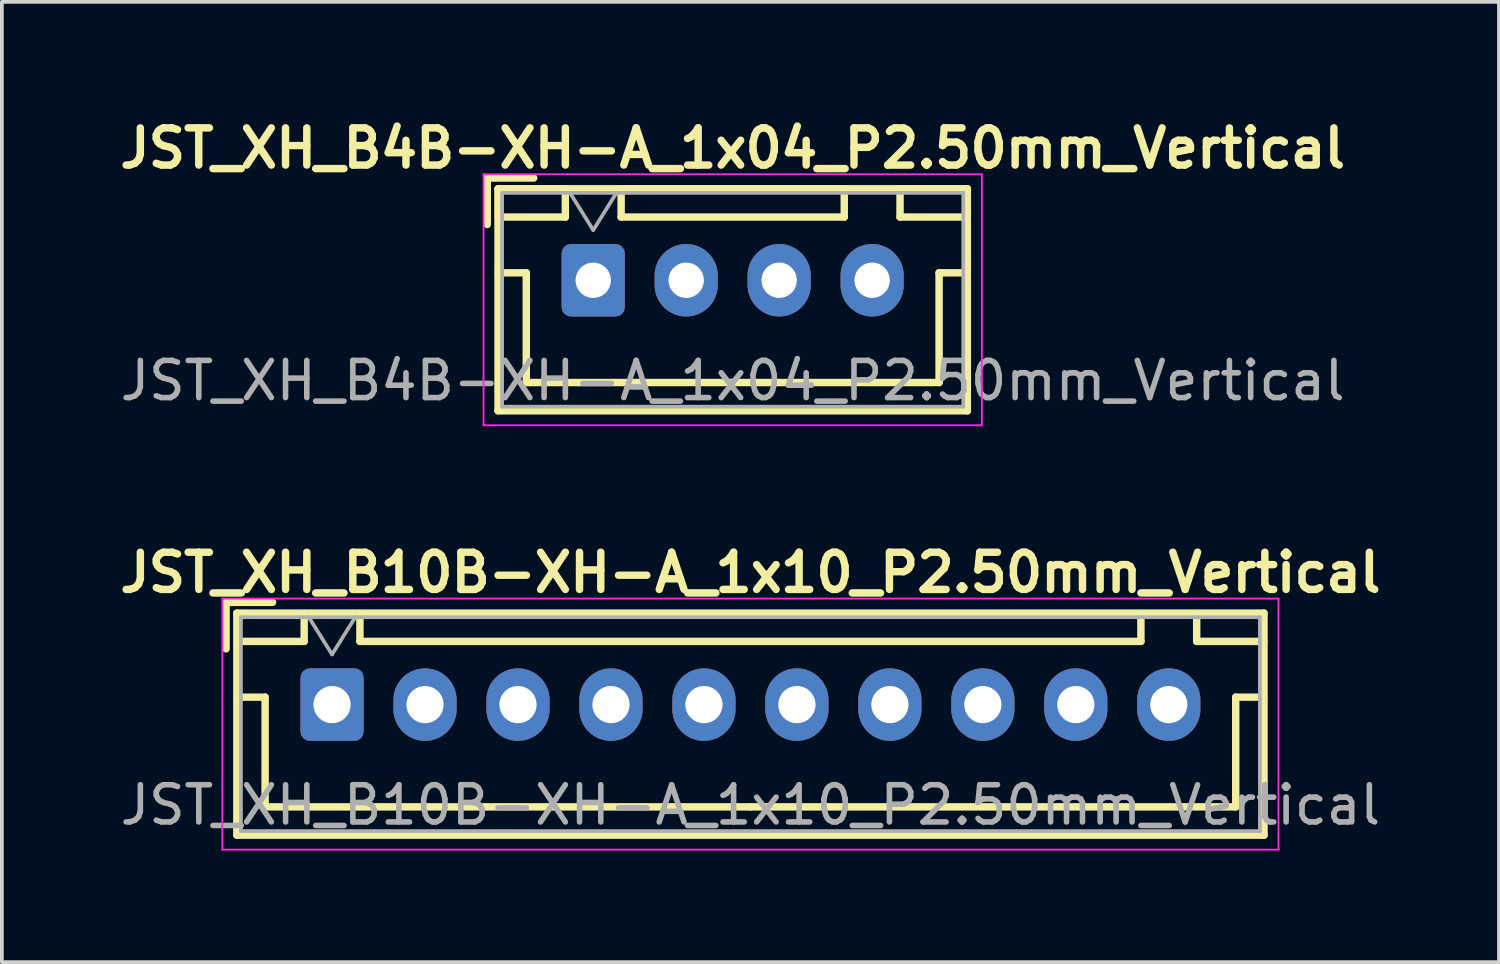
<source format=kicad_pcb>
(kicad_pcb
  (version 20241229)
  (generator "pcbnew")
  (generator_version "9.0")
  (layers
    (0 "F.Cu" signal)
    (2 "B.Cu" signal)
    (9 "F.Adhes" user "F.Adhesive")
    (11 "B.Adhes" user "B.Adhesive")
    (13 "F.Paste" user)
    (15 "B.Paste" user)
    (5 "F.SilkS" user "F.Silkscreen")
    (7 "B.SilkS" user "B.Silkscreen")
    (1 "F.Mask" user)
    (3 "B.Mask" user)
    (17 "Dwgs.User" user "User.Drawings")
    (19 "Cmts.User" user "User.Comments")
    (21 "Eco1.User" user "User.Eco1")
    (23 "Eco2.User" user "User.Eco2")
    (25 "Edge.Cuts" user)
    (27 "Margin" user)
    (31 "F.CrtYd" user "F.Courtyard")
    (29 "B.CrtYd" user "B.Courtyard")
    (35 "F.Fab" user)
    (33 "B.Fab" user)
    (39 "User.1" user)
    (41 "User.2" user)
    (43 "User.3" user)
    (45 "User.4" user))
  (footprint "JST_XH_B10B-XH-A_1x10_P2.50mm_Vertical"
    (layer "F.Cu")
    (at 5.879 15.897)
    (property "Reference" "JST_XH_B10B-XH-A_1x10_P2.50mm_Vertical" (at 11.25 -3.55 0) (layer "F.SilkS") (effects (font (size 1 1) (thickness 0.2))))
    (attr through_hole)
    (fp_line (start -2.85 -2.75) (end -2.85 -1.5) (stroke (width 0.2) (type solid)) (layer "F.SilkS"))
    (fp_line (start -2.56 -2.46) (end -2.56 3.51) (stroke (width 0.2) (type solid)) (layer "F.SilkS"))
    (fp_line (start -2.56 3.51) (end 25.06 3.51) (stroke (width 0.2) (type solid)) (layer "F.SilkS"))
    (fp_line (start -2.55 -2.45) (end -2.55 -1.7) (stroke (width 0.12) (type solid)) (layer "F.SilkS"))
    (fp_line (start -2.55 -1.7) (end -0.75 -1.7) (stroke (width 0.2) (type solid)) (layer "F.SilkS"))
    (fp_line (start -2.55 -0.2) (end -1.8 -0.2) (stroke (width 0.2) (type solid)) (layer "F.SilkS"))
    (fp_line (start -1.8 -0.2) (end -1.8 2.75) (stroke (width 0.2) (type solid)) (layer "F.SilkS"))
    (fp_line (start -1.8 2.75) (end 11.25 2.75) (stroke (width 0.2) (type solid)) (layer "F.SilkS"))
    (fp_line (start -1.6 -2.75) (end -2.85 -2.75) (stroke (width 0.2) (type solid)) (layer "F.SilkS"))
    (fp_line (start -0.75 -2.45) (end -2.55 -2.45) (stroke (width 0.12) (type solid)) (layer "F.SilkS"))
    (fp_line (start -0.75 -1.7) (end -0.75 -2.45) (stroke (width 0.2) (type solid)) (layer "F.SilkS"))
    (fp_line (start 0.75 -2.45) (end 0.75 -1.7) (stroke (width 0.2) (type solid)) (layer "F.SilkS"))
    (fp_line (start 0.75 -1.7) (end 21.75 -1.7) (stroke (width 0.2) (type solid)) (layer "F.SilkS"))
    (fp_line (start 21.75 -2.45) (end 0.75 -2.45) (stroke (width 0.12) (type solid)) (layer "F.SilkS"))
    (fp_line (start 21.75 -1.7) (end 21.75 -2.45) (stroke (width 0.2) (type solid)) (layer "F.SilkS"))
    (fp_line (start 23.25 -2.45) (end 23.25 -1.7) (stroke (width 0.2) (type solid)) (layer "F.SilkS"))
    (fp_line (start 23.25 -1.7) (end 25.05 -1.7) (stroke (width 0.2) (type solid)) (layer "F.SilkS"))
    (fp_line (start 24.3 -0.2) (end 24.3 2.75) (stroke (width 0.2) (type solid)) (layer "F.SilkS"))
    (fp_line (start 24.3 2.75) (end 11.25 2.75) (stroke (width 0.2) (type solid)) (layer "F.SilkS"))
    (fp_line (start 25.05 -2.45) (end 23.25 -2.45) (stroke (width 0.12) (type solid)) (layer "F.SilkS"))
    (fp_line (start 25.05 -1.7) (end 25.05 -2.45) (stroke (width 0.12) (type solid)) (layer "F.SilkS"))
    (fp_line (start 25.05 -0.2) (end 24.3 -0.2) (stroke (width 0.2) (type solid)) (layer "F.SilkS"))
    (fp_line (start 25.06 -2.46) (end -2.56 -2.46) (stroke (width 0.2) (type solid)) (layer "F.SilkS"))
    (fp_line (start 25.06 3.51) (end 25.06 -2.46) (stroke (width 0.2) (type solid)) (layer "F.SilkS"))
    (fp_line (start -2.95 -2.85) (end -2.95 3.9) (stroke (width 0.05) (type solid)) (layer "F.CrtYd"))
    (fp_line (start -2.95 3.9) (end 25.45 3.9) (stroke (width 0.05) (type solid)) (layer "F.CrtYd"))
    (fp_line (start 25.45 -2.85) (end -2.95 -2.85) (stroke (width 0.05) (type solid)) (layer "F.CrtYd"))
    (fp_line (start 25.45 3.9) (end 25.45 -2.85) (stroke (width 0.05) (type solid)) (layer "F.CrtYd"))
    (fp_line (start -2.45 -2.35) (end -2.45 3.4) (stroke (width 0.1) (type solid)) (layer "F.Fab"))
    (fp_line (start -2.45 3.4) (end 24.95 3.4) (stroke (width 0.1) (type solid)) (layer "F.Fab"))
    (fp_line (start -0.625 -2.35) (end 0 -1.35) (stroke (width 0.1) (type solid)) (layer "F.Fab"))
    (fp_line (start 0 -1.35) (end 0.625 -2.35) (stroke (width 0.1) (type solid)) (layer "F.Fab"))
    (fp_line (start 24.95 -2.35) (end -2.45 -2.35) (stroke (width 0.1) (type solid)) (layer "F.Fab"))
    (fp_line (start 24.95 3.4) (end 24.95 -2.35) (stroke (width 0.1) (type solid)) (layer "F.Fab"))
    (fp_text user "${REFERENCE}" (at 11.25 2.7 0) (layer "F.Fab") (effects (font (size 1 1) (thickness 0.15))))
    (pad "1" thru_hole roundrect (at 0 0) (size 1.7 1.95) (drill 1) (layers "*.Cu" "*.Mask") (roundrect_rratio 0.147))
    (pad "2" thru_hole oval (at 2.5 0) (size 1.7 1.95) (drill 1) (layers "*.Cu" "*.Mask"))
    (pad "3" thru_hole oval (at 5 0) (size 1.7 1.95) (drill 1) (layers "*.Cu" "*.Mask"))
    (pad "4" thru_hole oval (at 7.5 0) (size 1.7 1.95) (drill 1) (layers "*.Cu" "*.Mask"))
    (pad "5" thru_hole oval (at 10 0) (size 1.7 1.95) (drill 1) (layers "*.Cu" "*.Mask"))
    (pad "6" thru_hole oval (at 12.5 0) (size 1.7 1.95) (drill 1) (layers "*.Cu" "*.Mask"))
    (pad "7" thru_hole oval (at 15 0) (size 1.7 1.95) (drill 1) (layers "*.Cu" "*.Mask"))
    (pad "8" thru_hole oval (at 17.5 0) (size 1.7 1.95) (drill 1) (layers "*.Cu" "*.Mask"))
    (pad "9" thru_hole oval (at 20 0) (size 1.7 1.95) (drill 1) (layers "*.Cu" "*.Mask"))
    (pad "10" thru_hole oval (at 22.5 0) (size 1.7 1.95) (drill 1) (layers "*.Cu" "*.Mask")))
  (footprint "JST_XH_B4B-XH-A_1x04_P2.50mm_Vertical"
    (layer "F.Cu")
    (at 12.902 4.486)
    (property "Reference" "JST_XH_B4B-XH-A_1x04_P2.50mm_Vertical" (at 3.75 -3.55 0) (layer "F.SilkS") (effects (font (size 1 1) (thickness 0.2) (bold yes))))
    (attr through_hole)
    (fp_line (start -2.85 -2.75) (end -2.85 -1.5) (stroke (width 0.2) (type solid)) (layer "F.SilkS"))
    (fp_line (start -2.56 -2.46) (end -2.56 3.51) (stroke (width 0.2) (type solid)) (layer "F.SilkS"))
    (fp_line (start -2.56 3.51) (end 10.06 3.51) (stroke (width 0.2) (type solid)) (layer "F.SilkS"))
    (fp_line (start -2.55 -2.45) (end -2.55 -1.7) (stroke (width 0.2) (type solid)) (layer "F.SilkS"))
    (fp_line (start -2.55 -1.7) (end -0.75 -1.7) (stroke (width 0.2) (type solid)) (layer "F.SilkS"))
    (fp_line (start -2.55 -0.2) (end -1.8 -0.2) (stroke (width 0.2) (type solid)) (layer "F.SilkS"))
    (fp_line (start -1.8 -0.2) (end -1.8 2.75) (stroke (width 0.2) (type solid)) (layer "F.SilkS"))
    (fp_line (start -1.8 2.75) (end 3.75 2.75) (stroke (width 0.2) (type solid)) (layer "F.SilkS"))
    (fp_line (start -1.6 -2.75) (end -2.85 -2.75) (stroke (width 0.2) (type solid)) (layer "F.SilkS"))
    (fp_line (start -0.75 -2.45) (end -2.55 -2.45) (stroke (width 0.2) (type solid)) (layer "F.SilkS"))
    (fp_line (start -0.75 -1.7) (end -0.75 -2.45) (stroke (width 0.2) (type solid)) (layer "F.SilkS"))
    (fp_line (start 0.75 -2.45) (end 0.75 -1.7) (stroke (width 0.2) (type solid)) (layer "F.SilkS"))
    (fp_line (start 0.75 -1.7) (end 6.75 -1.7) (stroke (width 0.2) (type solid)) (layer "F.SilkS"))
    (fp_line (start 6.75 -2.45) (end 0.75 -2.45) (stroke (width 0.2) (type solid)) (layer "F.SilkS"))
    (fp_line (start 6.75 -1.7) (end 6.75 -2.45) (stroke (width 0.2) (type solid)) (layer "F.SilkS"))
    (fp_line (start 8.25 -2.45) (end 8.25 -1.7) (stroke (width 0.2) (type solid)) (layer "F.SilkS"))
    (fp_line (start 8.25 -1.7) (end 10.05 -1.7) (stroke (width 0.2) (type solid)) (layer "F.SilkS"))
    (fp_line (start 9.3 -0.2) (end 9.3 2.75) (stroke (width 0.2) (type solid)) (layer "F.SilkS"))
    (fp_line (start 9.3 2.75) (end 3.75 2.75) (stroke (width 0.2) (type solid)) (layer "F.SilkS"))
    (fp_line (start 10.05 -2.45) (end 8.25 -2.45) (stroke (width 0.2) (type solid)) (layer "F.SilkS"))
    (fp_line (start 10.05 -1.7) (end 10.05 -2.45) (stroke (width 0.2) (type solid)) (layer "F.SilkS"))
    (fp_line (start 10.05 -0.2) (end 9.3 -0.2) (stroke (width 0.2) (type solid)) (layer "F.SilkS"))
    (fp_line (start 10.06 -2.46) (end -2.56 -2.46) (stroke (width 0.2) (type solid)) (layer "F.SilkS"))
    (fp_line (start 10.06 3.51) (end 10.06 -2.46) (stroke (width 0.2) (type solid)) (layer "F.SilkS"))
    (fp_line (start -2.95 -2.85) (end -2.95 3.9) (stroke (width 0.05) (type solid)) (layer "F.CrtYd"))
    (fp_line (start -2.95 3.9) (end 10.45 3.9) (stroke (width 0.05) (type solid)) (layer "F.CrtYd"))
    (fp_line (start 10.45 -2.85) (end -2.95 -2.85) (stroke (width 0.05) (type solid)) (layer "F.CrtYd"))
    (fp_line (start 10.45 3.9) (end 10.45 -2.85) (stroke (width 0.05) (type solid)) (layer "F.CrtYd"))
    (fp_line (start -2.45 -2.35) (end -2.45 3.4) (stroke (width 0.1) (type solid)) (layer "F.Fab"))
    (fp_line (start -2.45 3.4) (end 9.95 3.4) (stroke (width 0.1) (type solid)) (layer "F.Fab"))
    (fp_line (start -0.625 -2.35) (end 0 -1.35) (stroke (width 0.1) (type solid)) (layer "F.Fab"))
    (fp_line (start 0 -1.35) (end 0.625 -2.35) (stroke (width 0.1) (type solid)) (layer "F.Fab"))
    (fp_line (start 9.95 -2.35) (end -2.45 -2.35) (stroke (width 0.1) (type solid)) (layer "F.Fab"))
    (fp_line (start 9.95 3.4) (end 9.95 -2.35) (stroke (width 0.1) (type solid)) (layer "F.Fab"))
    (fp_text user "${REFERENCE}" (at 3.75 2.7 0) (layer "F.Fab") (effects (font (size 1 1) (thickness 0.15))))
    (pad "1" thru_hole roundrect (at 0 0) (size 1.7 1.95) (drill 0.95) (layers "*.Cu" "*.Mask") (roundrect_rratio 0.147))
    (pad "2" thru_hole oval (at 2.5 0) (size 1.7 1.95) (drill 0.95) (layers "*.Cu" "*.Mask"))
    (pad "3" thru_hole oval (at 5 0) (size 1.7 1.95) (drill 0.95) (layers "*.Cu" "*.Mask"))
    (pad "4" thru_hole oval (at 7.5 0) (size 1.7 1.95) (drill 0.95) (layers "*.Cu" "*.Mask")))
  (gr_rect
    (start -3 -3)
    (end 37.257 22.822)
    (stroke (width 0.1) (type default))
    (fill no)
    (layer "Edge.Cuts")))
</source>
